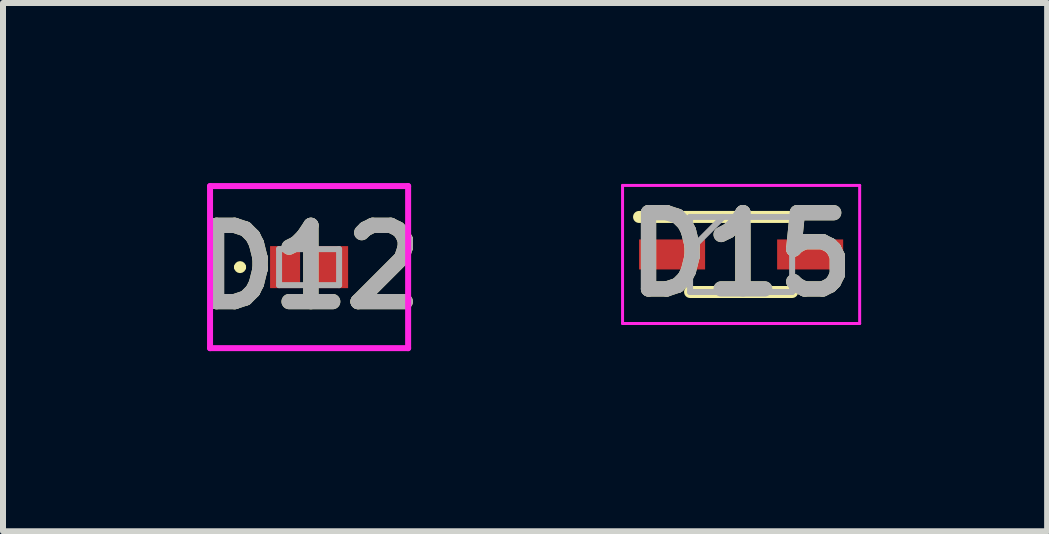
<source format=kicad_pcb>
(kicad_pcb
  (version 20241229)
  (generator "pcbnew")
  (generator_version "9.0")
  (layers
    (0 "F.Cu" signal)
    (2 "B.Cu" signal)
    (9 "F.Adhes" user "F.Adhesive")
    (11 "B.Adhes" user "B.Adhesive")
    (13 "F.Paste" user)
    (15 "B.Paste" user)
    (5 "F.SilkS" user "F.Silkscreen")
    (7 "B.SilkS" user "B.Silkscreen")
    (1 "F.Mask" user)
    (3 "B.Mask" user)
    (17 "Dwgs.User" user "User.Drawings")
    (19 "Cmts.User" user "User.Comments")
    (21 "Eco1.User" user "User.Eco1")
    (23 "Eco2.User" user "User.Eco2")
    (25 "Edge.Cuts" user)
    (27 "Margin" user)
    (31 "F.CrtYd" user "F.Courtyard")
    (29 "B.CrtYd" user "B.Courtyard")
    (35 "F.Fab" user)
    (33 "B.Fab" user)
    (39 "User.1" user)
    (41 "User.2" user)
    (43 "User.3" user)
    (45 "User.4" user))
  (footprint "D15"
    (layer "F.Cu")
    (at 9.296 1.189)
    (property "Reference" "D15" (at 0 0 0) (layer "F.SilkS") (effects (font (size 1.27 1.27) (thickness 0.254))))
    (attr smd)
    (fp_line (start -1.7 -0.625) (end 0.85 -0.625) (stroke (width 0.2) (type solid)) (layer "F.SilkS"))
    (fp_line (start -0.85 0.625) (end 0.85 0.625) (stroke (width 0.2) (type solid)) (layer "F.SilkS"))
    (fp_line (start -1.975 -1.15) (end 1.975 -1.15) (stroke (width 0.05) (type solid)) (layer "F.CrtYd"))
    (fp_line (start -1.975 1.15) (end -1.975 -1.15) (stroke (width 0.05) (type solid)) (layer "F.CrtYd"))
    (fp_line (start 1.975 -1.15) (end 1.975 1.15) (stroke (width 0.05) (type solid)) (layer "F.CrtYd"))
    (fp_line (start 1.975 1.15) (end -1.975 1.15) (stroke (width 0.05) (type solid)) (layer "F.CrtYd"))
    (fp_line (start -0.85 -0.625) (end 0.85 -0.625) (stroke (width 0.1) (type solid)) (layer "F.Fab"))
    (fp_line (start -0.85 -0.075) (end -0.3 -0.625) (stroke (width 0.1) (type solid)) (layer "F.Fab"))
    (fp_line (start -0.85 0.625) (end -0.85 -0.625) (stroke (width 0.1) (type solid)) (layer "F.Fab"))
    (fp_line (start 0.85 -0.625) (end 0.85 0.625) (stroke (width 0.1) (type solid)) (layer "F.Fab"))
    (fp_line (start 0.85 0.625) (end -0.85 0.625) (stroke (width 0.1) (type solid)) (layer "F.Fab"))
    (fp_text user "${REFERENCE}" (at 0 0 0) (layer "F.Fab") (effects (font (size 1.27 1.27) (thickness 0.254))))
    (pad "1" smd rect (at -1.15 0 90) (size 0.5 1.1) (layers "F.Cu" "F.Mask" "F.Paste"))
    (pad "2" smd rect (at 1.15 0 90) (size 0.5 1.1) (layers "F.Cu" "F.Mask" "F.Paste")))
  (footprint "D12"
    (layer "F.Cu")
    (at 2.099 1.4)
    (property "Reference" "D12" (at 0 0 0) (layer "F.SilkS") (effects (font (size 1.27 1.27) (thickness 0.254))))
    (attr smd)
    (fp_line (start -1.2 0) (end -1.2 0) (stroke (width 0.1) (type solid)) (layer "F.SilkS"))
    (fp_line (start -1.1 0) (end -1.1 0) (stroke (width 0.1) (type solid)) (layer "F.SilkS"))
    (fp_arc (start -1.2 0) (mid -1.15 -0.05) (end -1.1 0) (stroke (width 0.1) (type solid)) (layer "F.SilkS"))
    (fp_arc (start -1.1 0) (mid -1.15 0.05) (end -1.2 0) (stroke (width 0.1) (type solid)) (layer "F.SilkS"))
    (fp_line (start -1.65 -1.35) (end 1.65 -1.35) (stroke (width 0.1) (type solid)) (layer "F.CrtYd"))
    (fp_line (start -1.65 1.35) (end -1.65 -1.35) (stroke (width 0.1) (type solid)) (layer "F.CrtYd"))
    (fp_line (start 1.65 -1.35) (end 1.65 1.35) (stroke (width 0.1) (type solid)) (layer "F.CrtYd"))
    (fp_line (start 1.65 1.35) (end -1.65 1.35) (stroke (width 0.1) (type solid)) (layer "F.CrtYd"))
    (fp_line (start -0.5 -0.3) (end 0.5 -0.3) (stroke (width 0.1) (type solid)) (layer "F.Fab"))
    (fp_line (start -0.5 0.3) (end -0.5 -0.3) (stroke (width 0.1) (type solid)) (layer "F.Fab"))
    (fp_line (start 0.5 -0.3) (end 0.5 0.3) (stroke (width 0.1) (type solid)) (layer "F.Fab"))
    (fp_line (start 0.5 0.3) (end -0.5 0.3) (stroke (width 0.1) (type solid)) (layer "F.Fab"))
    (fp_text user "${REFERENCE}" (at 0 0 0) (layer "F.Fab") (effects (font (size 1.27 1.27) (thickness 0.254))))
    (pad "1" smd rect (at -0.4 0) (size 0.5 0.7) (layers "F.Cu" "F.Mask" "F.Paste"))
    (pad "2" smd rect (at 0.4 0) (size 0.5 0.7) (layers "F.Cu" "F.Mask" "F.Paste")))
  (gr_rect
    (start -3 -3)
    (end 14.394 5.8)
    (stroke (width 0.1) (type default))
    (fill no)
    (layer "Edge.Cuts")))
</source>
